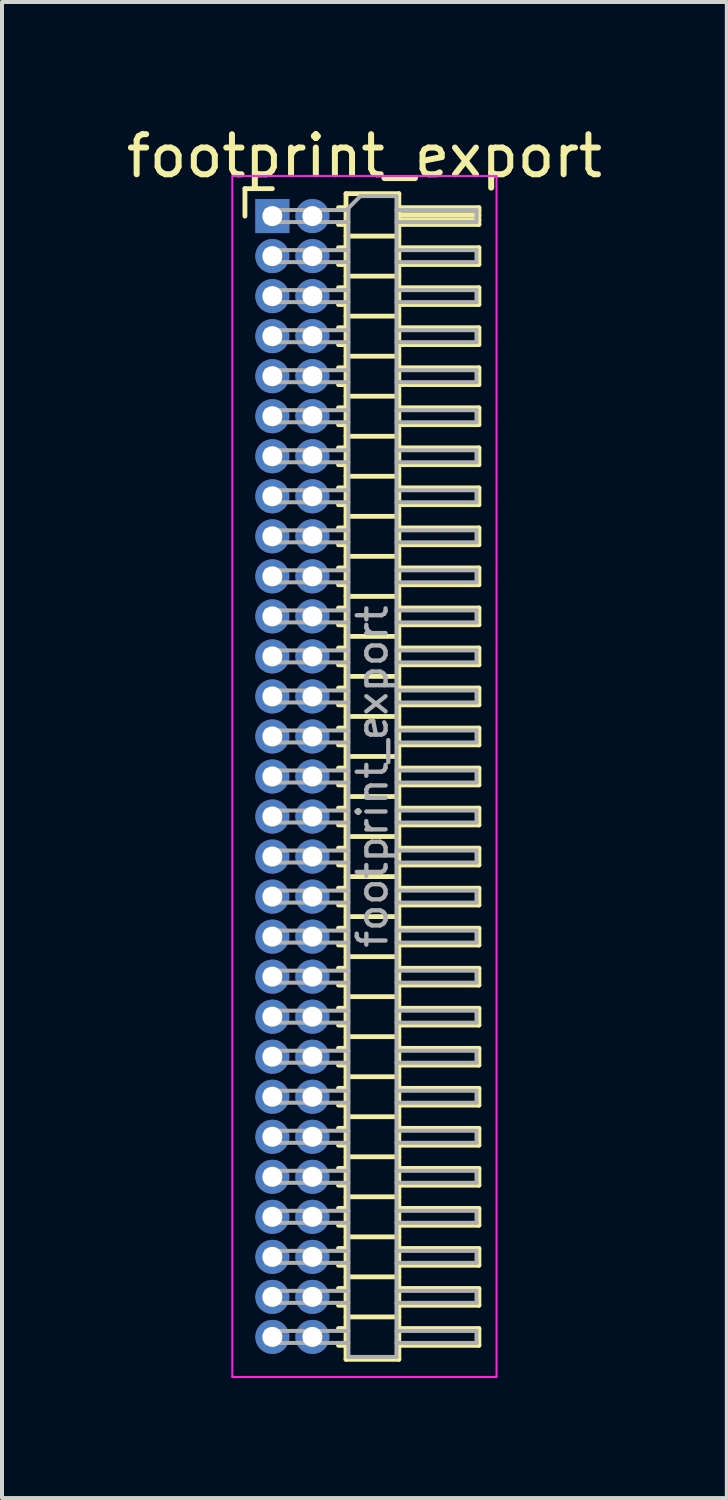
<source format=kicad_pcb>
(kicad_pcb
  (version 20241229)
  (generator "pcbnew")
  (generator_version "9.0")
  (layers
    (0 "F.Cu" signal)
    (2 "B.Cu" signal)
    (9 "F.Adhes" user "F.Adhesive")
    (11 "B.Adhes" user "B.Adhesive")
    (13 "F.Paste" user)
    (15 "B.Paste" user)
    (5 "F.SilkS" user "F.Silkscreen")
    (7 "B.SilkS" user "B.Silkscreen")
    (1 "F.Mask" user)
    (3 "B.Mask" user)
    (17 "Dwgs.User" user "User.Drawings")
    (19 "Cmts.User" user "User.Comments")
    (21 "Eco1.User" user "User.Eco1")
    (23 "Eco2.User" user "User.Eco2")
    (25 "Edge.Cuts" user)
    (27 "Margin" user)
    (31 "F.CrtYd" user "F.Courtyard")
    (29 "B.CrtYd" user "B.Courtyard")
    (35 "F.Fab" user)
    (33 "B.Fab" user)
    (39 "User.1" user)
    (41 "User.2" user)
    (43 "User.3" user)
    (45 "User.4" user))
  (footprint "footprint_export"
    (layer "F.Cu")
    (at 3.754 2.348)
    (property "Reference" "footprint_export" (at 2.3 -1.5 0) (layer "F.SilkS") (effects (font (size 1 1) (thickness 0.15))))
    (attr through_hole)
    (fp_line (start -0.685 -0.685) (end 0 -0.685) (stroke (width 0.12) (type solid)) (layer "F.SilkS"))
    (fp_line (start -0.685 0) (end -0.685 -0.685) (stroke (width 0.12) (type solid)) (layer "F.SilkS"))
    (fp_line (start 1.652 -0.21) (end 1.84 -0.21) (stroke (width 0.12) (type solid)) (layer "F.SilkS"))
    (fp_line (start 1.652 0.21) (end 1.84 0.21) (stroke (width 0.12) (type solid)) (layer "F.SilkS"))
    (fp_line (start 1.652 0.79) (end 1.84 0.79) (stroke (width 0.12) (type solid)) (layer "F.SilkS"))
    (fp_line (start 1.652 1.21) (end 1.84 1.21) (stroke (width 0.12) (type solid)) (layer "F.SilkS"))
    (fp_line (start 1.652 1.79) (end 1.84 1.79) (stroke (width 0.12) (type solid)) (layer "F.SilkS"))
    (fp_line (start 1.652 2.21) (end 1.84 2.21) (stroke (width 0.12) (type solid)) (layer "F.SilkS"))
    (fp_line (start 1.652 2.79) (end 1.84 2.79) (stroke (width 0.12) (type solid)) (layer "F.SilkS"))
    (fp_line (start 1.652 3.21) (end 1.84 3.21) (stroke (width 0.12) (type solid)) (layer "F.SilkS"))
    (fp_line (start 1.652 3.79) (end 1.84 3.79) (stroke (width 0.12) (type solid)) (layer "F.SilkS"))
    (fp_line (start 1.652 4.21) (end 1.84 4.21) (stroke (width 0.12) (type solid)) (layer "F.SilkS"))
    (fp_line (start 1.652 4.79) (end 1.84 4.79) (stroke (width 0.12) (type solid)) (layer "F.SilkS"))
    (fp_line (start 1.652 5.21) (end 1.84 5.21) (stroke (width 0.12) (type solid)) (layer "F.SilkS"))
    (fp_line (start 1.652 5.79) (end 1.84 5.79) (stroke (width 0.12) (type solid)) (layer "F.SilkS"))
    (fp_line (start 1.652 6.21) (end 1.84 6.21) (stroke (width 0.12) (type solid)) (layer "F.SilkS"))
    (fp_line (start 1.652 6.79) (end 1.84 6.79) (stroke (width 0.12) (type solid)) (layer "F.SilkS"))
    (fp_line (start 1.652 7.21) (end 1.84 7.21) (stroke (width 0.12) (type solid)) (layer "F.SilkS"))
    (fp_line (start 1.652 7.79) (end 1.84 7.79) (stroke (width 0.12) (type solid)) (layer "F.SilkS"))
    (fp_line (start 1.652 8.21) (end 1.84 8.21) (stroke (width 0.12) (type solid)) (layer "F.SilkS"))
    (fp_line (start 1.652 8.79) (end 1.84 8.79) (stroke (width 0.12) (type solid)) (layer "F.SilkS"))
    (fp_line (start 1.652 9.21) (end 1.84 9.21) (stroke (width 0.12) (type solid)) (layer "F.SilkS"))
    (fp_line (start 1.652 9.79) (end 1.84 9.79) (stroke (width 0.12) (type solid)) (layer "F.SilkS"))
    (fp_line (start 1.652 10.21) (end 1.84 10.21) (stroke (width 0.12) (type solid)) (layer "F.SilkS"))
    (fp_line (start 1.652 10.79) (end 1.84 10.79) (stroke (width 0.12) (type solid)) (layer "F.SilkS"))
    (fp_line (start 1.652 11.21) (end 1.84 11.21) (stroke (width 0.12) (type solid)) (layer "F.SilkS"))
    (fp_line (start 1.652 11.79) (end 1.84 11.79) (stroke (width 0.12) (type solid)) (layer "F.SilkS"))
    (fp_line (start 1.652 12.21) (end 1.84 12.21) (stroke (width 0.12) (type solid)) (layer "F.SilkS"))
    (fp_line (start 1.652 12.79) (end 1.84 12.79) (stroke (width 0.12) (type solid)) (layer "F.SilkS"))
    (fp_line (start 1.652 13.21) (end 1.84 13.21) (stroke (width 0.12) (type solid)) (layer "F.SilkS"))
    (fp_line (start 1.652 13.79) (end 1.84 13.79) (stroke (width 0.12) (type solid)) (layer "F.SilkS"))
    (fp_line (start 1.652 14.21) (end 1.84 14.21) (stroke (width 0.12) (type solid)) (layer "F.SilkS"))
    (fp_line (start 1.652 14.79) (end 1.84 14.79) (stroke (width 0.12) (type solid)) (layer "F.SilkS"))
    (fp_line (start 1.652 15.21) (end 1.84 15.21) (stroke (width 0.12) (type solid)) (layer "F.SilkS"))
    (fp_line (start 1.652 15.79) (end 1.84 15.79) (stroke (width 0.12) (type solid)) (layer "F.SilkS"))
    (fp_line (start 1.652 16.21) (end 1.84 16.21) (stroke (width 0.12) (type solid)) (layer "F.SilkS"))
    (fp_line (start 1.652 16.79) (end 1.84 16.79) (stroke (width 0.12) (type solid)) (layer "F.SilkS"))
    (fp_line (start 1.652 17.21) (end 1.84 17.21) (stroke (width 0.12) (type solid)) (layer "F.SilkS"))
    (fp_line (start 1.652 17.79) (end 1.84 17.79) (stroke (width 0.12) (type solid)) (layer "F.SilkS"))
    (fp_line (start 1.652 18.21) (end 1.84 18.21) (stroke (width 0.12) (type solid)) (layer "F.SilkS"))
    (fp_line (start 1.652 18.79) (end 1.84 18.79) (stroke (width 0.12) (type solid)) (layer "F.SilkS"))
    (fp_line (start 1.652 19.21) (end 1.84 19.21) (stroke (width 0.12) (type solid)) (layer "F.SilkS"))
    (fp_line (start 1.652 19.79) (end 1.84 19.79) (stroke (width 0.12) (type solid)) (layer "F.SilkS"))
    (fp_line (start 1.652 20.21) (end 1.84 20.21) (stroke (width 0.12) (type solid)) (layer "F.SilkS"))
    (fp_line (start 1.652 20.79) (end 1.84 20.79) (stroke (width 0.12) (type solid)) (layer "F.SilkS"))
    (fp_line (start 1.652 21.21) (end 1.84 21.21) (stroke (width 0.12) (type solid)) (layer "F.SilkS"))
    (fp_line (start 1.652 21.79) (end 1.84 21.79) (stroke (width 0.12) (type solid)) (layer "F.SilkS"))
    (fp_line (start 1.652 22.21) (end 1.84 22.21) (stroke (width 0.12) (type solid)) (layer "F.SilkS"))
    (fp_line (start 1.652 22.79) (end 1.84 22.79) (stroke (width 0.12) (type solid)) (layer "F.SilkS"))
    (fp_line (start 1.652 23.21) (end 1.84 23.21) (stroke (width 0.12) (type solid)) (layer "F.SilkS"))
    (fp_line (start 1.652 23.79) (end 1.84 23.79) (stroke (width 0.12) (type solid)) (layer "F.SilkS"))
    (fp_line (start 1.652 24.21) (end 1.84 24.21) (stroke (width 0.12) (type solid)) (layer "F.SilkS"))
    (fp_line (start 1.652 24.79) (end 1.84 24.79) (stroke (width 0.12) (type solid)) (layer "F.SilkS"))
    (fp_line (start 1.652 25.21) (end 1.84 25.21) (stroke (width 0.12) (type solid)) (layer "F.SilkS"))
    (fp_line (start 1.652 25.79) (end 1.84 25.79) (stroke (width 0.12) (type solid)) (layer "F.SilkS"))
    (fp_line (start 1.652 26.21) (end 1.84 26.21) (stroke (width 0.12) (type solid)) (layer "F.SilkS"))
    (fp_line (start 1.652 26.79) (end 1.84 26.79) (stroke (width 0.12) (type solid)) (layer "F.SilkS"))
    (fp_line (start 1.652 27.21) (end 1.84 27.21) (stroke (width 0.12) (type solid)) (layer "F.SilkS"))
    (fp_line (start 1.652 27.79) (end 1.84 27.79) (stroke (width 0.12) (type solid)) (layer "F.SilkS"))
    (fp_line (start 1.652 28.21) (end 1.84 28.21) (stroke (width 0.12) (type solid)) (layer "F.SilkS"))
    (fp_line (start 1.84 -0.56) (end 1.84 28.56) (stroke (width 0.12) (type solid)) (layer "F.SilkS"))
    (fp_line (start 1.84 0.5) (end 3.16 0.5) (stroke (width 0.12) (type solid)) (layer "F.SilkS"))
    (fp_line (start 1.84 1.5) (end 3.16 1.5) (stroke (width 0.12) (type solid)) (layer "F.SilkS"))
    (fp_line (start 1.84 2.5) (end 3.16 2.5) (stroke (width 0.12) (type solid)) (layer "F.SilkS"))
    (fp_line (start 1.84 3.5) (end 3.16 3.5) (stroke (width 0.12) (type solid)) (layer "F.SilkS"))
    (fp_line (start 1.84 4.5) (end 3.16 4.5) (stroke (width 0.12) (type solid)) (layer "F.SilkS"))
    (fp_line (start 1.84 5.5) (end 3.16 5.5) (stroke (width 0.12) (type solid)) (layer "F.SilkS"))
    (fp_line (start 1.84 6.5) (end 3.16 6.5) (stroke (width 0.12) (type solid)) (layer "F.SilkS"))
    (fp_line (start 1.84 7.5) (end 3.16 7.5) (stroke (width 0.12) (type solid)) (layer "F.SilkS"))
    (fp_line (start 1.84 8.5) (end 3.16 8.5) (stroke (width 0.12) (type solid)) (layer "F.SilkS"))
    (fp_line (start 1.84 9.5) (end 3.16 9.5) (stroke (width 0.12) (type solid)) (layer "F.SilkS"))
    (fp_line (start 1.84 10.5) (end 3.16 10.5) (stroke (width 0.12) (type solid)) (layer "F.SilkS"))
    (fp_line (start 1.84 11.5) (end 3.16 11.5) (stroke (width 0.12) (type solid)) (layer "F.SilkS"))
    (fp_line (start 1.84 12.5) (end 3.16 12.5) (stroke (width 0.12) (type solid)) (layer "F.SilkS"))
    (fp_line (start 1.84 13.5) (end 3.16 13.5) (stroke (width 0.12) (type solid)) (layer "F.SilkS"))
    (fp_line (start 1.84 14.5) (end 3.16 14.5) (stroke (width 0.12) (type solid)) (layer "F.SilkS"))
    (fp_line (start 1.84 15.5) (end 3.16 15.5) (stroke (width 0.12) (type solid)) (layer "F.SilkS"))
    (fp_line (start 1.84 16.5) (end 3.16 16.5) (stroke (width 0.12) (type solid)) (layer "F.SilkS"))
    (fp_line (start 1.84 17.5) (end 3.16 17.5) (stroke (width 0.12) (type solid)) (layer "F.SilkS"))
    (fp_line (start 1.84 18.5) (end 3.16 18.5) (stroke (width 0.12) (type solid)) (layer "F.SilkS"))
    (fp_line (start 1.84 19.5) (end 3.16 19.5) (stroke (width 0.12) (type solid)) (layer "F.SilkS"))
    (fp_line (start 1.84 20.5) (end 3.16 20.5) (stroke (width 0.12) (type solid)) (layer "F.SilkS"))
    (fp_line (start 1.84 21.5) (end 3.16 21.5) (stroke (width 0.12) (type solid)) (layer "F.SilkS"))
    (fp_line (start 1.84 22.5) (end 3.16 22.5) (stroke (width 0.12) (type solid)) (layer "F.SilkS"))
    (fp_line (start 1.84 23.5) (end 3.16 23.5) (stroke (width 0.12) (type solid)) (layer "F.SilkS"))
    (fp_line (start 1.84 24.5) (end 3.16 24.5) (stroke (width 0.12) (type solid)) (layer "F.SilkS"))
    (fp_line (start 1.84 25.5) (end 3.16 25.5) (stroke (width 0.12) (type solid)) (layer "F.SilkS"))
    (fp_line (start 1.84 26.5) (end 3.16 26.5) (stroke (width 0.12) (type solid)) (layer "F.SilkS"))
    (fp_line (start 1.84 27.5) (end 3.16 27.5) (stroke (width 0.12) (type solid)) (layer "F.SilkS"))
    (fp_line (start 1.84 28.56) (end 3.16 28.56) (stroke (width 0.12) (type solid)) (layer "F.SilkS"))
    (fp_line (start 3.16 -0.56) (end 1.84 -0.56) (stroke (width 0.12) (type solid)) (layer "F.SilkS"))
    (fp_line (start 3.16 -0.21) (end 5.16 -0.21) (stroke (width 0.12) (type solid)) (layer "F.SilkS"))
    (fp_line (start 3.16 -0.15) (end 5.16 -0.15) (stroke (width 0.12) (type solid)) (layer "F.SilkS"))
    (fp_line (start 3.16 -0.03) (end 5.16 -0.03) (stroke (width 0.12) (type solid)) (layer "F.SilkS"))
    (fp_line (start 3.16 0.09) (end 5.16 0.09) (stroke (width 0.12) (type solid)) (layer "F.SilkS"))
    (fp_line (start 3.16 0.79) (end 5.16 0.79) (stroke (width 0.12) (type solid)) (layer "F.SilkS"))
    (fp_line (start 3.16 1.79) (end 5.16 1.79) (stroke (width 0.12) (type solid)) (layer "F.SilkS"))
    (fp_line (start 3.16 2.79) (end 5.16 2.79) (stroke (width 0.12) (type solid)) (layer "F.SilkS"))
    (fp_line (start 3.16 3.79) (end 5.16 3.79) (stroke (width 0.12) (type solid)) (layer "F.SilkS"))
    (fp_line (start 3.16 4.79) (end 5.16 4.79) (stroke (width 0.12) (type solid)) (layer "F.SilkS"))
    (fp_line (start 3.16 5.79) (end 5.16 5.79) (stroke (width 0.12) (type solid)) (layer "F.SilkS"))
    (fp_line (start 3.16 6.79) (end 5.16 6.79) (stroke (width 0.12) (type solid)) (layer "F.SilkS"))
    (fp_line (start 3.16 7.79) (end 5.16 7.79) (stroke (width 0.12) (type solid)) (layer "F.SilkS"))
    (fp_line (start 3.16 8.79) (end 5.16 8.79) (stroke (width 0.12) (type solid)) (layer "F.SilkS"))
    (fp_line (start 3.16 9.79) (end 5.16 9.79) (stroke (width 0.12) (type solid)) (layer "F.SilkS"))
    (fp_line (start 3.16 10.79) (end 5.16 10.79) (stroke (width 0.12) (type solid)) (layer "F.SilkS"))
    (fp_line (start 3.16 11.79) (end 5.16 11.79) (stroke (width 0.12) (type solid)) (layer "F.SilkS"))
    (fp_line (start 3.16 12.79) (end 5.16 12.79) (stroke (width 0.12) (type solid)) (layer "F.SilkS"))
    (fp_line (start 3.16 13.79) (end 5.16 13.79) (stroke (width 0.12) (type solid)) (layer "F.SilkS"))
    (fp_line (start 3.16 14.79) (end 5.16 14.79) (stroke (width 0.12) (type solid)) (layer "F.SilkS"))
    (fp_line (start 3.16 15.79) (end 5.16 15.79) (stroke (width 0.12) (type solid)) (layer "F.SilkS"))
    (fp_line (start 3.16 16.79) (end 5.16 16.79) (stroke (width 0.12) (type solid)) (layer "F.SilkS"))
    (fp_line (start 3.16 17.79) (end 5.16 17.79) (stroke (width 0.12) (type solid)) (layer "F.SilkS"))
    (fp_line (start 3.16 18.79) (end 5.16 18.79) (stroke (width 0.12) (type solid)) (layer "F.SilkS"))
    (fp_line (start 3.16 19.79) (end 5.16 19.79) (stroke (width 0.12) (type solid)) (layer "F.SilkS"))
    (fp_line (start 3.16 20.79) (end 5.16 20.79) (stroke (width 0.12) (type solid)) (layer "F.SilkS"))
    (fp_line (start 3.16 21.79) (end 5.16 21.79) (stroke (width 0.12) (type solid)) (layer "F.SilkS"))
    (fp_line (start 3.16 22.79) (end 5.16 22.79) (stroke (width 0.12) (type solid)) (layer "F.SilkS"))
    (fp_line (start 3.16 23.79) (end 5.16 23.79) (stroke (width 0.12) (type solid)) (layer "F.SilkS"))
    (fp_line (start 3.16 24.79) (end 5.16 24.79) (stroke (width 0.12) (type solid)) (layer "F.SilkS"))
    (fp_line (start 3.16 25.79) (end 5.16 25.79) (stroke (width 0.12) (type solid)) (layer "F.SilkS"))
    (fp_line (start 3.16 26.79) (end 5.16 26.79) (stroke (width 0.12) (type solid)) (layer "F.SilkS"))
    (fp_line (start 3.16 27.79) (end 5.16 27.79) (stroke (width 0.12) (type solid)) (layer "F.SilkS"))
    (fp_line (start 3.16 28.56) (end 3.16 -0.56) (stroke (width 0.12) (type solid)) (layer "F.SilkS"))
    (fp_line (start 5.16 -0.21) (end 5.16 0.21) (stroke (width 0.12) (type solid)) (layer "F.SilkS"))
    (fp_line (start 5.16 0.21) (end 3.16 0.21) (stroke (width 0.12) (type solid)) (layer "F.SilkS"))
    (fp_line (start 5.16 0.79) (end 5.16 1.21) (stroke (width 0.12) (type solid)) (layer "F.SilkS"))
    (fp_line (start 5.16 1.21) (end 3.16 1.21) (stroke (width 0.12) (type solid)) (layer "F.SilkS"))
    (fp_line (start 5.16 1.79) (end 5.16 2.21) (stroke (width 0.12) (type solid)) (layer "F.SilkS"))
    (fp_line (start 5.16 2.21) (end 3.16 2.21) (stroke (width 0.12) (type solid)) (layer "F.SilkS"))
    (fp_line (start 5.16 2.79) (end 5.16 3.21) (stroke (width 0.12) (type solid)) (layer "F.SilkS"))
    (fp_line (start 5.16 3.21) (end 3.16 3.21) (stroke (width 0.12) (type solid)) (layer "F.SilkS"))
    (fp_line (start 5.16 3.79) (end 5.16 4.21) (stroke (width 0.12) (type solid)) (layer "F.SilkS"))
    (fp_line (start 5.16 4.21) (end 3.16 4.21) (stroke (width 0.12) (type solid)) (layer "F.SilkS"))
    (fp_line (start 5.16 4.79) (end 5.16 5.21) (stroke (width 0.12) (type solid)) (layer "F.SilkS"))
    (fp_line (start 5.16 5.21) (end 3.16 5.21) (stroke (width 0.12) (type solid)) (layer "F.SilkS"))
    (fp_line (start 5.16 5.79) (end 5.16 6.21) (stroke (width 0.12) (type solid)) (layer "F.SilkS"))
    (fp_line (start 5.16 6.21) (end 3.16 6.21) (stroke (width 0.12) (type solid)) (layer "F.SilkS"))
    (fp_line (start 5.16 6.79) (end 5.16 7.21) (stroke (width 0.12) (type solid)) (layer "F.SilkS"))
    (fp_line (start 5.16 7.21) (end 3.16 7.21) (stroke (width 0.12) (type solid)) (layer "F.SilkS"))
    (fp_line (start 5.16 7.79) (end 5.16 8.21) (stroke (width 0.12) (type solid)) (layer "F.SilkS"))
    (fp_line (start 5.16 8.21) (end 3.16 8.21) (stroke (width 0.12) (type solid)) (layer "F.SilkS"))
    (fp_line (start 5.16 8.79) (end 5.16 9.21) (stroke (width 0.12) (type solid)) (layer "F.SilkS"))
    (fp_line (start 5.16 9.21) (end 3.16 9.21) (stroke (width 0.12) (type solid)) (layer "F.SilkS"))
    (fp_line (start 5.16 9.79) (end 5.16 10.21) (stroke (width 0.12) (type solid)) (layer "F.SilkS"))
    (fp_line (start 5.16 10.21) (end 3.16 10.21) (stroke (width 0.12) (type solid)) (layer "F.SilkS"))
    (fp_line (start 5.16 10.79) (end 5.16 11.21) (stroke (width 0.12) (type solid)) (layer "F.SilkS"))
    (fp_line (start 5.16 11.21) (end 3.16 11.21) (stroke (width 0.12) (type solid)) (layer "F.SilkS"))
    (fp_line (start 5.16 11.79) (end 5.16 12.21) (stroke (width 0.12) (type solid)) (layer "F.SilkS"))
    (fp_line (start 5.16 12.21) (end 3.16 12.21) (stroke (width 0.12) (type solid)) (layer "F.SilkS"))
    (fp_line (start 5.16 12.79) (end 5.16 13.21) (stroke (width 0.12) (type solid)) (layer "F.SilkS"))
    (fp_line (start 5.16 13.21) (end 3.16 13.21) (stroke (width 0.12) (type solid)) (layer "F.SilkS"))
    (fp_line (start 5.16 13.79) (end 5.16 14.21) (stroke (width 0.12) (type solid)) (layer "F.SilkS"))
    (fp_line (start 5.16 14.21) (end 3.16 14.21) (stroke (width 0.12) (type solid)) (layer "F.SilkS"))
    (fp_line (start 5.16 14.79) (end 5.16 15.21) (stroke (width 0.12) (type solid)) (layer "F.SilkS"))
    (fp_line (start 5.16 15.21) (end 3.16 15.21) (stroke (width 0.12) (type solid)) (layer "F.SilkS"))
    (fp_line (start 5.16 15.79) (end 5.16 16.21) (stroke (width 0.12) (type solid)) (layer "F.SilkS"))
    (fp_line (start 5.16 16.21) (end 3.16 16.21) (stroke (width 0.12) (type solid)) (layer "F.SilkS"))
    (fp_line (start 5.16 16.79) (end 5.16 17.21) (stroke (width 0.12) (type solid)) (layer "F.SilkS"))
    (fp_line (start 5.16 17.21) (end 3.16 17.21) (stroke (width 0.12) (type solid)) (layer "F.SilkS"))
    (fp_line (start 5.16 17.79) (end 5.16 18.21) (stroke (width 0.12) (type solid)) (layer "F.SilkS"))
    (fp_line (start 5.16 18.21) (end 3.16 18.21) (stroke (width 0.12) (type solid)) (layer "F.SilkS"))
    (fp_line (start 5.16 18.79) (end 5.16 19.21) (stroke (width 0.12) (type solid)) (layer "F.SilkS"))
    (fp_line (start 5.16 19.21) (end 3.16 19.21) (stroke (width 0.12) (type solid)) (layer "F.SilkS"))
    (fp_line (start 5.16 19.79) (end 5.16 20.21) (stroke (width 0.12) (type solid)) (layer "F.SilkS"))
    (fp_line (start 5.16 20.21) (end 3.16 20.21) (stroke (width 0.12) (type solid)) (layer "F.SilkS"))
    (fp_line (start 5.16 20.79) (end 5.16 21.21) (stroke (width 0.12) (type solid)) (layer "F.SilkS"))
    (fp_line (start 5.16 21.21) (end 3.16 21.21) (stroke (width 0.12) (type solid)) (layer "F.SilkS"))
    (fp_line (start 5.16 21.79) (end 5.16 22.21) (stroke (width 0.12) (type solid)) (layer "F.SilkS"))
    (fp_line (start 5.16 22.21) (end 3.16 22.21) (stroke (width 0.12) (type solid)) (layer "F.SilkS"))
    (fp_line (start 5.16 22.79) (end 5.16 23.21) (stroke (width 0.12) (type solid)) (layer "F.SilkS"))
    (fp_line (start 5.16 23.21) (end 3.16 23.21) (stroke (width 0.12) (type solid)) (layer "F.SilkS"))
    (fp_line (start 5.16 23.79) (end 5.16 24.21) (stroke (width 0.12) (type solid)) (layer "F.SilkS"))
    (fp_line (start 5.16 24.21) (end 3.16 24.21) (stroke (width 0.12) (type solid)) (layer "F.SilkS"))
    (fp_line (start 5.16 24.79) (end 5.16 25.21) (stroke (width 0.12) (type solid)) (layer "F.SilkS"))
    (fp_line (start 5.16 25.21) (end 3.16 25.21) (stroke (width 0.12) (type solid)) (layer "F.SilkS"))
    (fp_line (start 5.16 25.79) (end 5.16 26.21) (stroke (width 0.12) (type solid)) (layer "F.SilkS"))
    (fp_line (start 5.16 26.21) (end 3.16 26.21) (stroke (width 0.12) (type solid)) (layer "F.SilkS"))
    (fp_line (start 5.16 26.79) (end 5.16 27.21) (stroke (width 0.12) (type solid)) (layer "F.SilkS"))
    (fp_line (start 5.16 27.21) (end 3.16 27.21) (stroke (width 0.12) (type solid)) (layer "F.SilkS"))
    (fp_line (start 5.16 27.79) (end 5.16 28.21) (stroke (width 0.12) (type solid)) (layer "F.SilkS"))
    (fp_line (start 5.16 28.21) (end 3.16 28.21) (stroke (width 0.12) (type solid)) (layer "F.SilkS"))
    (fp_line (start -1 -1) (end -1 29) (stroke (width 0.05) (type solid)) (layer "F.CrtYd"))
    (fp_line (start -1 29) (end 5.6 29) (stroke (width 0.05) (type solid)) (layer "F.CrtYd"))
    (fp_line (start 5.6 -1) (end -1 -1) (stroke (width 0.05) (type solid)) (layer "F.CrtYd"))
    (fp_line (start 5.6 29) (end 5.6 -1) (stroke (width 0.05) (type solid)) (layer "F.CrtYd"))
    (fp_line (start -0.15 -0.15) (end -0.15 0.15) (stroke (width 0.1) (type solid)) (layer "F.Fab"))
    (fp_line (start -0.15 -0.15) (end 1.9 -0.15) (stroke (width 0.1) (type solid)) (layer "F.Fab"))
    (fp_line (start -0.15 0.15) (end 1.9 0.15) (stroke (width 0.1) (type solid)) (layer "F.Fab"))
    (fp_line (start -0.15 0.85) (end -0.15 1.15) (stroke (width 0.1) (type solid)) (layer "F.Fab"))
    (fp_line (start -0.15 0.85) (end 1.9 0.85) (stroke (width 0.1) (type solid)) (layer "F.Fab"))
    (fp_line (start -0.15 1.15) (end 1.9 1.15) (stroke (width 0.1) (type solid)) (layer "F.Fab"))
    (fp_line (start -0.15 1.85) (end -0.15 2.15) (stroke (width 0.1) (type solid)) (layer "F.Fab"))
    (fp_line (start -0.15 1.85) (end 1.9 1.85) (stroke (width 0.1) (type solid)) (layer "F.Fab"))
    (fp_line (start -0.15 2.15) (end 1.9 2.15) (stroke (width 0.1) (type solid)) (layer "F.Fab"))
    (fp_line (start -0.15 2.85) (end -0.15 3.15) (stroke (width 0.1) (type solid)) (layer "F.Fab"))
    (fp_line (start -0.15 2.85) (end 1.9 2.85) (stroke (width 0.1) (type solid)) (layer "F.Fab"))
    (fp_line (start -0.15 3.15) (end 1.9 3.15) (stroke (width 0.1) (type solid)) (layer "F.Fab"))
    (fp_line (start -0.15 3.85) (end -0.15 4.15) (stroke (width 0.1) (type solid)) (layer "F.Fab"))
    (fp_line (start -0.15 3.85) (end 1.9 3.85) (stroke (width 0.1) (type solid)) (layer "F.Fab"))
    (fp_line (start -0.15 4.15) (end 1.9 4.15) (stroke (width 0.1) (type solid)) (layer "F.Fab"))
    (fp_line (start -0.15 4.85) (end -0.15 5.15) (stroke (width 0.1) (type solid)) (layer "F.Fab"))
    (fp_line (start -0.15 4.85) (end 1.9 4.85) (stroke (width 0.1) (type solid)) (layer "F.Fab"))
    (fp_line (start -0.15 5.15) (end 1.9 5.15) (stroke (width 0.1) (type solid)) (layer "F.Fab"))
    (fp_line (start -0.15 5.85) (end -0.15 6.15) (stroke (width 0.1) (type solid)) (layer "F.Fab"))
    (fp_line (start -0.15 5.85) (end 1.9 5.85) (stroke (width 0.1) (type solid)) (layer "F.Fab"))
    (fp_line (start -0.15 6.15) (end 1.9 6.15) (stroke (width 0.1) (type solid)) (layer "F.Fab"))
    (fp_line (start -0.15 6.85) (end -0.15 7.15) (stroke (width 0.1) (type solid)) (layer "F.Fab"))
    (fp_line (start -0.15 6.85) (end 1.9 6.85) (stroke (width 0.1) (type solid)) (layer "F.Fab"))
    (fp_line (start -0.15 7.15) (end 1.9 7.15) (stroke (width 0.1) (type solid)) (layer "F.Fab"))
    (fp_line (start -0.15 7.85) (end -0.15 8.15) (stroke (width 0.1) (type solid)) (layer "F.Fab"))
    (fp_line (start -0.15 7.85) (end 1.9 7.85) (stroke (width 0.1) (type solid)) (layer "F.Fab"))
    (fp_line (start -0.15 8.15) (end 1.9 8.15) (stroke (width 0.1) (type solid)) (layer "F.Fab"))
    (fp_line (start -0.15 8.85) (end -0.15 9.15) (stroke (width 0.1) (type solid)) (layer "F.Fab"))
    (fp_line (start -0.15 8.85) (end 1.9 8.85) (stroke (width 0.1) (type solid)) (layer "F.Fab"))
    (fp_line (start -0.15 9.15) (end 1.9 9.15) (stroke (width 0.1) (type solid)) (layer "F.Fab"))
    (fp_line (start -0.15 9.85) (end -0.15 10.15) (stroke (width 0.1) (type solid)) (layer "F.Fab"))
    (fp_line (start -0.15 9.85) (end 1.9 9.85) (stroke (width 0.1) (type solid)) (layer "F.Fab"))
    (fp_line (start -0.15 10.15) (end 1.9 10.15) (stroke (width 0.1) (type solid)) (layer "F.Fab"))
    (fp_line (start -0.15 10.85) (end -0.15 11.15) (stroke (width 0.1) (type solid)) (layer "F.Fab"))
    (fp_line (start -0.15 10.85) (end 1.9 10.85) (stroke (width 0.1) (type solid)) (layer "F.Fab"))
    (fp_line (start -0.15 11.15) (end 1.9 11.15) (stroke (width 0.1) (type solid)) (layer "F.Fab"))
    (fp_line (start -0.15 11.85) (end -0.15 12.15) (stroke (width 0.1) (type solid)) (layer "F.Fab"))
    (fp_line (start -0.15 11.85) (end 1.9 11.85) (stroke (width 0.1) (type solid)) (layer "F.Fab"))
    (fp_line (start -0.15 12.15) (end 1.9 12.15) (stroke (width 0.1) (type solid)) (layer "F.Fab"))
    (fp_line (start -0.15 12.85) (end -0.15 13.15) (stroke (width 0.1) (type solid)) (layer "F.Fab"))
    (fp_line (start -0.15 12.85) (end 1.9 12.85) (stroke (width 0.1) (type solid)) (layer "F.Fab"))
    (fp_line (start -0.15 13.15) (end 1.9 13.15) (stroke (width 0.1) (type solid)) (layer "F.Fab"))
    (fp_line (start -0.15 13.85) (end -0.15 14.15) (stroke (width 0.1) (type solid)) (layer "F.Fab"))
    (fp_line (start -0.15 13.85) (end 1.9 13.85) (stroke (width 0.1) (type solid)) (layer "F.Fab"))
    (fp_line (start -0.15 14.15) (end 1.9 14.15) (stroke (width 0.1) (type solid)) (layer "F.Fab"))
    (fp_line (start -0.15 14.85) (end -0.15 15.15) (stroke (width 0.1) (type solid)) (layer "F.Fab"))
    (fp_line (start -0.15 14.85) (end 1.9 14.85) (stroke (width 0.1) (type solid)) (layer "F.Fab"))
    (fp_line (start -0.15 15.15) (end 1.9 15.15) (stroke (width 0.1) (type solid)) (layer "F.Fab"))
    (fp_line (start -0.15 15.85) (end -0.15 16.15) (stroke (width 0.1) (type solid)) (layer "F.Fab"))
    (fp_line (start -0.15 15.85) (end 1.9 15.85) (stroke (width 0.1) (type solid)) (layer "F.Fab"))
    (fp_line (start -0.15 16.15) (end 1.9 16.15) (stroke (width 0.1) (type solid)) (layer "F.Fab"))
    (fp_line (start -0.15 16.85) (end -0.15 17.15) (stroke (width 0.1) (type solid)) (layer "F.Fab"))
    (fp_line (start -0.15 16.85) (end 1.9 16.85) (stroke (width 0.1) (type solid)) (layer "F.Fab"))
    (fp_line (start -0.15 17.15) (end 1.9 17.15) (stroke (width 0.1) (type solid)) (layer "F.Fab"))
    (fp_line (start -0.15 17.85) (end -0.15 18.15) (stroke (width 0.1) (type solid)) (layer "F.Fab"))
    (fp_line (start -0.15 17.85) (end 1.9 17.85) (stroke (width 0.1) (type solid)) (layer "F.Fab"))
    (fp_line (start -0.15 18.15) (end 1.9 18.15) (stroke (width 0.1) (type solid)) (layer "F.Fab"))
    (fp_line (start -0.15 18.85) (end -0.15 19.15) (stroke (width 0.1) (type solid)) (layer "F.Fab"))
    (fp_line (start -0.15 18.85) (end 1.9 18.85) (stroke (width 0.1) (type solid)) (layer "F.Fab"))
    (fp_line (start -0.15 19.15) (end 1.9 19.15) (stroke (width 0.1) (type solid)) (layer "F.Fab"))
    (fp_line (start -0.15 19.85) (end -0.15 20.15) (stroke (width 0.1) (type solid)) (layer "F.Fab"))
    (fp_line (start -0.15 19.85) (end 1.9 19.85) (stroke (width 0.1) (type solid)) (layer "F.Fab"))
    (fp_line (start -0.15 20.15) (end 1.9 20.15) (stroke (width 0.1) (type solid)) (layer "F.Fab"))
    (fp_line (start -0.15 20.85) (end -0.15 21.15) (stroke (width 0.1) (type solid)) (layer "F.Fab"))
    (fp_line (start -0.15 20.85) (end 1.9 20.85) (stroke (width 0.1) (type solid)) (layer "F.Fab"))
    (fp_line (start -0.15 21.15) (end 1.9 21.15) (stroke (width 0.1) (type solid)) (layer "F.Fab"))
    (fp_line (start -0.15 21.85) (end -0.15 22.15) (stroke (width 0.1) (type solid)) (layer "F.Fab"))
    (fp_line (start -0.15 21.85) (end 1.9 21.85) (stroke (width 0.1) (type solid)) (layer "F.Fab"))
    (fp_line (start -0.15 22.15) (end 1.9 22.15) (stroke (width 0.1) (type solid)) (layer "F.Fab"))
    (fp_line (start -0.15 22.85) (end -0.15 23.15) (stroke (width 0.1) (type solid)) (layer "F.Fab"))
    (fp_line (start -0.15 22.85) (end 1.9 22.85) (stroke (width 0.1) (type solid)) (layer "F.Fab"))
    (fp_line (start -0.15 23.15) (end 1.9 23.15) (stroke (width 0.1) (type solid)) (layer "F.Fab"))
    (fp_line (start -0.15 23.85) (end -0.15 24.15) (stroke (width 0.1) (type solid)) (layer "F.Fab"))
    (fp_line (start -0.15 23.85) (end 1.9 23.85) (stroke (width 0.1) (type solid)) (layer "F.Fab"))
    (fp_line (start -0.15 24.15) (end 1.9 24.15) (stroke (width 0.1) (type solid)) (layer "F.Fab"))
    (fp_line (start -0.15 24.85) (end -0.15 25.15) (stroke (width 0.1) (type solid)) (layer "F.Fab"))
    (fp_line (start -0.15 24.85) (end 1.9 24.85) (stroke (width 0.1) (type solid)) (layer "F.Fab"))
    (fp_line (start -0.15 25.15) (end 1.9 25.15) (stroke (width 0.1) (type solid)) (layer "F.Fab"))
    (fp_line (start -0.15 25.85) (end -0.15 26.15) (stroke (width 0.1) (type solid)) (layer "F.Fab"))
    (fp_line (start -0.15 25.85) (end 1.9 25.85) (stroke (width 0.1) (type solid)) (layer "F.Fab"))
    (fp_line (start -0.15 26.15) (end 1.9 26.15) (stroke (width 0.1) (type solid)) (layer "F.Fab"))
    (fp_line (start -0.15 26.85) (end -0.15 27.15) (stroke (width 0.1) (type solid)) (layer "F.Fab"))
    (fp_line (start -0.15 26.85) (end 1.9 26.85) (stroke (width 0.1) (type solid)) (layer "F.Fab"))
    (fp_line (start -0.15 27.15) (end 1.9 27.15) (stroke (width 0.1) (type solid)) (layer "F.Fab"))
    (fp_line (start -0.15 27.85) (end -0.15 28.15) (stroke (width 0.1) (type solid)) (layer "F.Fab"))
    (fp_line (start -0.15 27.85) (end 1.9 27.85) (stroke (width 0.1) (type solid)) (layer "F.Fab"))
    (fp_line (start -0.15 28.15) (end 1.9 28.15) (stroke (width 0.1) (type solid)) (layer "F.Fab"))
    (fp_line (start 1.9 -0.2) (end 2.2 -0.5) (stroke (width 0.1) (type solid)) (layer "F.Fab"))
    (fp_line (start 1.9 28.5) (end 1.9 -0.2) (stroke (width 0.1) (type solid)) (layer "F.Fab"))
    (fp_line (start 2.2 -0.5) (end 3.1 -0.5) (stroke (width 0.1) (type solid)) (layer "F.Fab"))
    (fp_line (start 3.1 -0.5) (end 3.1 28.5) (stroke (width 0.1) (type solid)) (layer "F.Fab"))
    (fp_line (start 3.1 -0.15) (end 5.1 -0.15) (stroke (width 0.1) (type solid)) (layer "F.Fab"))
    (fp_line (start 3.1 0.15) (end 5.1 0.15) (stroke (width 0.1) (type solid)) (layer "F.Fab"))
    (fp_line (start 3.1 0.85) (end 5.1 0.85) (stroke (width 0.1) (type solid)) (layer "F.Fab"))
    (fp_line (start 3.1 1.15) (end 5.1 1.15) (stroke (width 0.1) (type solid)) (layer "F.Fab"))
    (fp_line (start 3.1 1.85) (end 5.1 1.85) (stroke (width 0.1) (type solid)) (layer "F.Fab"))
    (fp_line (start 3.1 2.15) (end 5.1 2.15) (stroke (width 0.1) (type solid)) (layer "F.Fab"))
    (fp_line (start 3.1 2.85) (end 5.1 2.85) (stroke (width 0.1) (type solid)) (layer "F.Fab"))
    (fp_line (start 3.1 3.15) (end 5.1 3.15) (stroke (width 0.1) (type solid)) (layer "F.Fab"))
    (fp_line (start 3.1 3.85) (end 5.1 3.85) (stroke (width 0.1) (type solid)) (layer "F.Fab"))
    (fp_line (start 3.1 4.15) (end 5.1 4.15) (stroke (width 0.1) (type solid)) (layer "F.Fab"))
    (fp_line (start 3.1 4.85) (end 5.1 4.85) (stroke (width 0.1) (type solid)) (layer "F.Fab"))
    (fp_line (start 3.1 5.15) (end 5.1 5.15) (stroke (width 0.1) (type solid)) (layer "F.Fab"))
    (fp_line (start 3.1 5.85) (end 5.1 5.85) (stroke (width 0.1) (type solid)) (layer "F.Fab"))
    (fp_line (start 3.1 6.15) (end 5.1 6.15) (stroke (width 0.1) (type solid)) (layer "F.Fab"))
    (fp_line (start 3.1 6.85) (end 5.1 6.85) (stroke (width 0.1) (type solid)) (layer "F.Fab"))
    (fp_line (start 3.1 7.15) (end 5.1 7.15) (stroke (width 0.1) (type solid)) (layer "F.Fab"))
    (fp_line (start 3.1 7.85) (end 5.1 7.85) (stroke (width 0.1) (type solid)) (layer "F.Fab"))
    (fp_line (start 3.1 8.15) (end 5.1 8.15) (stroke (width 0.1) (type solid)) (layer "F.Fab"))
    (fp_line (start 3.1 8.85) (end 5.1 8.85) (stroke (width 0.1) (type solid)) (layer "F.Fab"))
    (fp_line (start 3.1 9.15) (end 5.1 9.15) (stroke (width 0.1) (type solid)) (layer "F.Fab"))
    (fp_line (start 3.1 9.85) (end 5.1 9.85) (stroke (width 0.1) (type solid)) (layer "F.Fab"))
    (fp_line (start 3.1 10.15) (end 5.1 10.15) (stroke (width 0.1) (type solid)) (layer "F.Fab"))
    (fp_line (start 3.1 10.85) (end 5.1 10.85) (stroke (width 0.1) (type solid)) (layer "F.Fab"))
    (fp_line (start 3.1 11.15) (end 5.1 11.15) (stroke (width 0.1) (type solid)) (layer "F.Fab"))
    (fp_line (start 3.1 11.85) (end 5.1 11.85) (stroke (width 0.1) (type solid)) (layer "F.Fab"))
    (fp_line (start 3.1 12.15) (end 5.1 12.15) (stroke (width 0.1) (type solid)) (layer "F.Fab"))
    (fp_line (start 3.1 12.85) (end 5.1 12.85) (stroke (width 0.1) (type solid)) (layer "F.Fab"))
    (fp_line (start 3.1 13.15) (end 5.1 13.15) (stroke (width 0.1) (type solid)) (layer "F.Fab"))
    (fp_line (start 3.1 13.85) (end 5.1 13.85) (stroke (width 0.1) (type solid)) (layer "F.Fab"))
    (fp_line (start 3.1 14.15) (end 5.1 14.15) (stroke (width 0.1) (type solid)) (layer "F.Fab"))
    (fp_line (start 3.1 14.85) (end 5.1 14.85) (stroke (width 0.1) (type solid)) (layer "F.Fab"))
    (fp_line (start 3.1 15.15) (end 5.1 15.15) (stroke (width 0.1) (type solid)) (layer "F.Fab"))
    (fp_line (start 3.1 15.85) (end 5.1 15.85) (stroke (width 0.1) (type solid)) (layer "F.Fab"))
    (fp_line (start 3.1 16.15) (end 5.1 16.15) (stroke (width 0.1) (type solid)) (layer "F.Fab"))
    (fp_line (start 3.1 16.85) (end 5.1 16.85) (stroke (width 0.1) (type solid)) (layer "F.Fab"))
    (fp_line (start 3.1 17.15) (end 5.1 17.15) (stroke (width 0.1) (type solid)) (layer "F.Fab"))
    (fp_line (start 3.1 17.85) (end 5.1 17.85) (stroke (width 0.1) (type solid)) (layer "F.Fab"))
    (fp_line (start 3.1 18.15) (end 5.1 18.15) (stroke (width 0.1) (type solid)) (layer "F.Fab"))
    (fp_line (start 3.1 18.85) (end 5.1 18.85) (stroke (width 0.1) (type solid)) (layer "F.Fab"))
    (fp_line (start 3.1 19.15) (end 5.1 19.15) (stroke (width 0.1) (type solid)) (layer "F.Fab"))
    (fp_line (start 3.1 19.85) (end 5.1 19.85) (stroke (width 0.1) (type solid)) (layer "F.Fab"))
    (fp_line (start 3.1 20.15) (end 5.1 20.15) (stroke (width 0.1) (type solid)) (layer "F.Fab"))
    (fp_line (start 3.1 20.85) (end 5.1 20.85) (stroke (width 0.1) (type solid)) (layer "F.Fab"))
    (fp_line (start 3.1 21.15) (end 5.1 21.15) (stroke (width 0.1) (type solid)) (layer "F.Fab"))
    (fp_line (start 3.1 21.85) (end 5.1 21.85) (stroke (width 0.1) (type solid)) (layer "F.Fab"))
    (fp_line (start 3.1 22.15) (end 5.1 22.15) (stroke (width 0.1) (type solid)) (layer "F.Fab"))
    (fp_line (start 3.1 22.85) (end 5.1 22.85) (stroke (width 0.1) (type solid)) (layer "F.Fab"))
    (fp_line (start 3.1 23.15) (end 5.1 23.15) (stroke (width 0.1) (type solid)) (layer "F.Fab"))
    (fp_line (start 3.1 23.85) (end 5.1 23.85) (stroke (width 0.1) (type solid)) (layer "F.Fab"))
    (fp_line (start 3.1 24.15) (end 5.1 24.15) (stroke (width 0.1) (type solid)) (layer "F.Fab"))
    (fp_line (start 3.1 24.85) (end 5.1 24.85) (stroke (width 0.1) (type solid)) (layer "F.Fab"))
    (fp_line (start 3.1 25.15) (end 5.1 25.15) (stroke (width 0.1) (type solid)) (layer "F.Fab"))
    (fp_line (start 3.1 25.85) (end 5.1 25.85) (stroke (width 0.1) (type solid)) (layer "F.Fab"))
    (fp_line (start 3.1 26.15) (end 5.1 26.15) (stroke (width 0.1) (type solid)) (layer "F.Fab"))
    (fp_line (start 3.1 26.85) (end 5.1 26.85) (stroke (width 0.1) (type solid)) (layer "F.Fab"))
    (fp_line (start 3.1 27.15) (end 5.1 27.15) (stroke (width 0.1) (type solid)) (layer "F.Fab"))
    (fp_line (start 3.1 27.85) (end 5.1 27.85) (stroke (width 0.1) (type solid)) (layer "F.Fab"))
    (fp_line (start 3.1 28.15) (end 5.1 28.15) (stroke (width 0.1) (type solid)) (layer "F.Fab"))
    (fp_line (start 3.1 28.5) (end 1.9 28.5) (stroke (width 0.1) (type solid)) (layer "F.Fab"))
    (fp_line (start 5.1 -0.15) (end 5.1 0.15) (stroke (width 0.1) (type solid)) (layer "F.Fab"))
    (fp_line (start 5.1 0.85) (end 5.1 1.15) (stroke (width 0.1) (type solid)) (layer "F.Fab"))
    (fp_line (start 5.1 1.85) (end 5.1 2.15) (stroke (width 0.1) (type solid)) (layer "F.Fab"))
    (fp_line (start 5.1 2.85) (end 5.1 3.15) (stroke (width 0.1) (type solid)) (layer "F.Fab"))
    (fp_line (start 5.1 3.85) (end 5.1 4.15) (stroke (width 0.1) (type solid)) (layer "F.Fab"))
    (fp_line (start 5.1 4.85) (end 5.1 5.15) (stroke (width 0.1) (type solid)) (layer "F.Fab"))
    (fp_line (start 5.1 5.85) (end 5.1 6.15) (stroke (width 0.1) (type solid)) (layer "F.Fab"))
    (fp_line (start 5.1 6.85) (end 5.1 7.15) (stroke (width 0.1) (type solid)) (layer "F.Fab"))
    (fp_line (start 5.1 7.85) (end 5.1 8.15) (stroke (width 0.1) (type solid)) (layer "F.Fab"))
    (fp_line (start 5.1 8.85) (end 5.1 9.15) (stroke (width 0.1) (type solid)) (layer "F.Fab"))
    (fp_line (start 5.1 9.85) (end 5.1 10.15) (stroke (width 0.1) (type solid)) (layer "F.Fab"))
    (fp_line (start 5.1 10.85) (end 5.1 11.15) (stroke (width 0.1) (type solid)) (layer "F.Fab"))
    (fp_line (start 5.1 11.85) (end 5.1 12.15) (stroke (width 0.1) (type solid)) (layer "F.Fab"))
    (fp_line (start 5.1 12.85) (end 5.1 13.15) (stroke (width 0.1) (type solid)) (layer "F.Fab"))
    (fp_line (start 5.1 13.85) (end 5.1 14.15) (stroke (width 0.1) (type solid)) (layer "F.Fab"))
    (fp_line (start 5.1 14.85) (end 5.1 15.15) (stroke (width 0.1) (type solid)) (layer "F.Fab"))
    (fp_line (start 5.1 15.85) (end 5.1 16.15) (stroke (width 0.1) (type solid)) (layer "F.Fab"))
    (fp_line (start 5.1 16.85) (end 5.1 17.15) (stroke (width 0.1) (type solid)) (layer "F.Fab"))
    (fp_line (start 5.1 17.85) (end 5.1 18.15) (stroke (width 0.1) (type solid)) (layer "F.Fab"))
    (fp_line (start 5.1 18.85) (end 5.1 19.15) (stroke (width 0.1) (type solid)) (layer "F.Fab"))
    (fp_line (start 5.1 19.85) (end 5.1 20.15) (stroke (width 0.1) (type solid)) (layer "F.Fab"))
    (fp_line (start 5.1 20.85) (end 5.1 21.15) (stroke (width 0.1) (type solid)) (layer "F.Fab"))
    (fp_line (start 5.1 21.85) (end 5.1 22.15) (stroke (width 0.1) (type solid)) (layer "F.Fab"))
    (fp_line (start 5.1 22.85) (end 5.1 23.15) (stroke (width 0.1) (type solid)) (layer "F.Fab"))
    (fp_line (start 5.1 23.85) (end 5.1 24.15) (stroke (width 0.1) (type solid)) (layer "F.Fab"))
    (fp_line (start 5.1 24.85) (end 5.1 25.15) (stroke (width 0.1) (type solid)) (layer "F.Fab"))
    (fp_line (start 5.1 25.85) (end 5.1 26.15) (stroke (width 0.1) (type solid)) (layer "F.Fab"))
    (fp_line (start 5.1 26.85) (end 5.1 27.15) (stroke (width 0.1) (type solid)) (layer "F.Fab"))
    (fp_line (start 5.1 27.85) (end 5.1 28.15) (stroke (width 0.1) (type solid)) (layer "F.Fab"))
    (fp_text user "${REFERENCE}" (at 2.5 14 90) (layer "F.Fab") (effects (font (size 0.72 0.72) (thickness 0.108))))
    (pad "1" thru_hole rect (at 0 0) (size 0.85 0.85) (drill 0.5) (layers "*.Cu" "*.Mask"))
    (pad "2" thru_hole oval (at 1 0) (size 0.85 0.85) (drill 0.5) (layers "*.Cu" "*.Mask"))
    (pad "3" thru_hole oval (at 0 1) (size 0.85 0.85) (drill 0.5) (layers "*.Cu" "*.Mask"))
    (pad "4" thru_hole oval (at 1 1) (size 0.85 0.85) (drill 0.5) (layers "*.Cu" "*.Mask"))
    (pad "5" thru_hole oval (at 0 2) (size 0.85 0.85) (drill 0.5) (layers "*.Cu" "*.Mask"))
    (pad "6" thru_hole oval (at 1 2) (size 0.85 0.85) (drill 0.5) (layers "*.Cu" "*.Mask"))
    (pad "7" thru_hole oval (at 0 3) (size 0.85 0.85) (drill 0.5) (layers "*.Cu" "*.Mask"))
    (pad "8" thru_hole oval (at 1 3) (size 0.85 0.85) (drill 0.5) (layers "*.Cu" "*.Mask"))
    (pad "9" thru_hole oval (at 0 4) (size 0.85 0.85) (drill 0.5) (layers "*.Cu" "*.Mask"))
    (pad "10" thru_hole oval (at 1 4) (size 0.85 0.85) (drill 0.5) (layers "*.Cu" "*.Mask"))
    (pad "11" thru_hole oval (at 0 5) (size 0.85 0.85) (drill 0.5) (layers "*.Cu" "*.Mask"))
    (pad "12" thru_hole oval (at 1 5) (size 0.85 0.85) (drill 0.5) (layers "*.Cu" "*.Mask"))
    (pad "13" thru_hole oval (at 0 6) (size 0.85 0.85) (drill 0.5) (layers "*.Cu" "*.Mask"))
    (pad "14" thru_hole oval (at 1 6) (size 0.85 0.85) (drill 0.5) (layers "*.Cu" "*.Mask"))
    (pad "15" thru_hole oval (at 0 7) (size 0.85 0.85) (drill 0.5) (layers "*.Cu" "*.Mask"))
    (pad "16" thru_hole oval (at 1 7) (size 0.85 0.85) (drill 0.5) (layers "*.Cu" "*.Mask"))
    (pad "17" thru_hole oval (at 0 8) (size 0.85 0.85) (drill 0.5) (layers "*.Cu" "*.Mask"))
    (pad "18" thru_hole oval (at 1 8) (size 0.85 0.85) (drill 0.5) (layers "*.Cu" "*.Mask"))
    (pad "19" thru_hole oval (at 0 9) (size 0.85 0.85) (drill 0.5) (layers "*.Cu" "*.Mask"))
    (pad "20" thru_hole oval (at 1 9) (size 0.85 0.85) (drill 0.5) (layers "*.Cu" "*.Mask"))
    (pad "21" thru_hole oval (at 0 10) (size 0.85 0.85) (drill 0.5) (layers "*.Cu" "*.Mask"))
    (pad "22" thru_hole oval (at 1 10) (size 0.85 0.85) (drill 0.5) (layers "*.Cu" "*.Mask"))
    (pad "23" thru_hole oval (at 0 11) (size 0.85 0.85) (drill 0.5) (layers "*.Cu" "*.Mask"))
    (pad "24" thru_hole oval (at 1 11) (size 0.85 0.85) (drill 0.5) (layers "*.Cu" "*.Mask"))
    (pad "25" thru_hole oval (at 0 12) (size 0.85 0.85) (drill 0.5) (layers "*.Cu" "*.Mask"))
    (pad "26" thru_hole oval (at 1 12) (size 0.85 0.85) (drill 0.5) (layers "*.Cu" "*.Mask"))
    (pad "27" thru_hole oval (at 0 13) (size 0.85 0.85) (drill 0.5) (layers "*.Cu" "*.Mask"))
    (pad "28" thru_hole oval (at 1 13) (size 0.85 0.85) (drill 0.5) (layers "*.Cu" "*.Mask"))
    (pad "29" thru_hole oval (at 0 14) (size 0.85 0.85) (drill 0.5) (layers "*.Cu" "*.Mask"))
    (pad "30" thru_hole oval (at 1 14) (size 0.85 0.85) (drill 0.5) (layers "*.Cu" "*.Mask"))
    (pad "31" thru_hole oval (at 0 15) (size 0.85 0.85) (drill 0.5) (layers "*.Cu" "*.Mask"))
    (pad "32" thru_hole oval (at 1 15) (size 0.85 0.85) (drill 0.5) (layers "*.Cu" "*.Mask"))
    (pad "33" thru_hole oval (at 0 16) (size 0.85 0.85) (drill 0.5) (layers "*.Cu" "*.Mask"))
    (pad "34" thru_hole oval (at 1 16) (size 0.85 0.85) (drill 0.5) (layers "*.Cu" "*.Mask"))
    (pad "35" thru_hole oval (at 0 17) (size 0.85 0.85) (drill 0.5) (layers "*.Cu" "*.Mask"))
    (pad "36" thru_hole oval (at 1 17) (size 0.85 0.85) (drill 0.5) (layers "*.Cu" "*.Mask"))
    (pad "37" thru_hole oval (at 0 18) (size 0.85 0.85) (drill 0.5) (layers "*.Cu" "*.Mask"))
    (pad "38" thru_hole oval (at 1 18) (size 0.85 0.85) (drill 0.5) (layers "*.Cu" "*.Mask"))
    (pad "39" thru_hole oval (at 0 19) (size 0.85 0.85) (drill 0.5) (layers "*.Cu" "*.Mask"))
    (pad "40" thru_hole oval (at 1 19) (size 0.85 0.85) (drill 0.5) (layers "*.Cu" "*.Mask"))
    (pad "41" thru_hole oval (at 0 20) (size 0.85 0.85) (drill 0.5) (layers "*.Cu" "*.Mask"))
    (pad "42" thru_hole oval (at 1 20) (size 0.85 0.85) (drill 0.5) (layers "*.Cu" "*.Mask"))
    (pad "43" thru_hole oval (at 0 21) (size 0.85 0.85) (drill 0.5) (layers "*.Cu" "*.Mask"))
    (pad "44" thru_hole oval (at 1 21) (size 0.85 0.85) (drill 0.5) (layers "*.Cu" "*.Mask"))
    (pad "45" thru_hole oval (at 0 22) (size 0.85 0.85) (drill 0.5) (layers "*.Cu" "*.Mask"))
    (pad "46" thru_hole oval (at 1 22) (size 0.85 0.85) (drill 0.5) (layers "*.Cu" "*.Mask"))
    (pad "47" thru_hole oval (at 0 23) (size 0.85 0.85) (drill 0.5) (layers "*.Cu" "*.Mask"))
    (pad "48" thru_hole oval (at 1 23) (size 0.85 0.85) (drill 0.5) (layers "*.Cu" "*.Mask"))
    (pad "49" thru_hole oval (at 0 24) (size 0.85 0.85) (drill 0.5) (layers "*.Cu" "*.Mask"))
    (pad "50" thru_hole oval (at 1 24) (size 0.85 0.85) (drill 0.5) (layers "*.Cu" "*.Mask"))
    (pad "51" thru_hole oval (at 0 25) (size 0.85 0.85) (drill 0.5) (layers "*.Cu" "*.Mask"))
    (pad "52" thru_hole oval (at 1 25) (size 0.85 0.85) (drill 0.5) (layers "*.Cu" "*.Mask"))
    (pad "53" thru_hole oval (at 0 26) (size 0.85 0.85) (drill 0.5) (layers "*.Cu" "*.Mask"))
    (pad "54" thru_hole oval (at 1 26) (size 0.85 0.85) (drill 0.5) (layers "*.Cu" "*.Mask"))
    (pad "55" thru_hole oval (at 0 27) (size 0.85 0.85) (drill 0.5) (layers "*.Cu" "*.Mask"))
    (pad "56" thru_hole oval (at 1 27) (size 0.85 0.85) (drill 0.5) (layers "*.Cu" "*.Mask"))
    (pad "57" thru_hole oval (at 0 28) (size 0.85 0.85) (drill 0.5) (layers "*.Cu" "*.Mask"))
    (pad "58" thru_hole oval (at 1 28) (size 0.85 0.85) (drill 0.5) (layers "*.Cu" "*.Mask")))
  (gr_rect
    (start -3 -3)
    (end 15.107 34.373)
    (stroke (width 0.1) (type default))
    (fill no)
    (layer "Edge.Cuts")))
</source>
